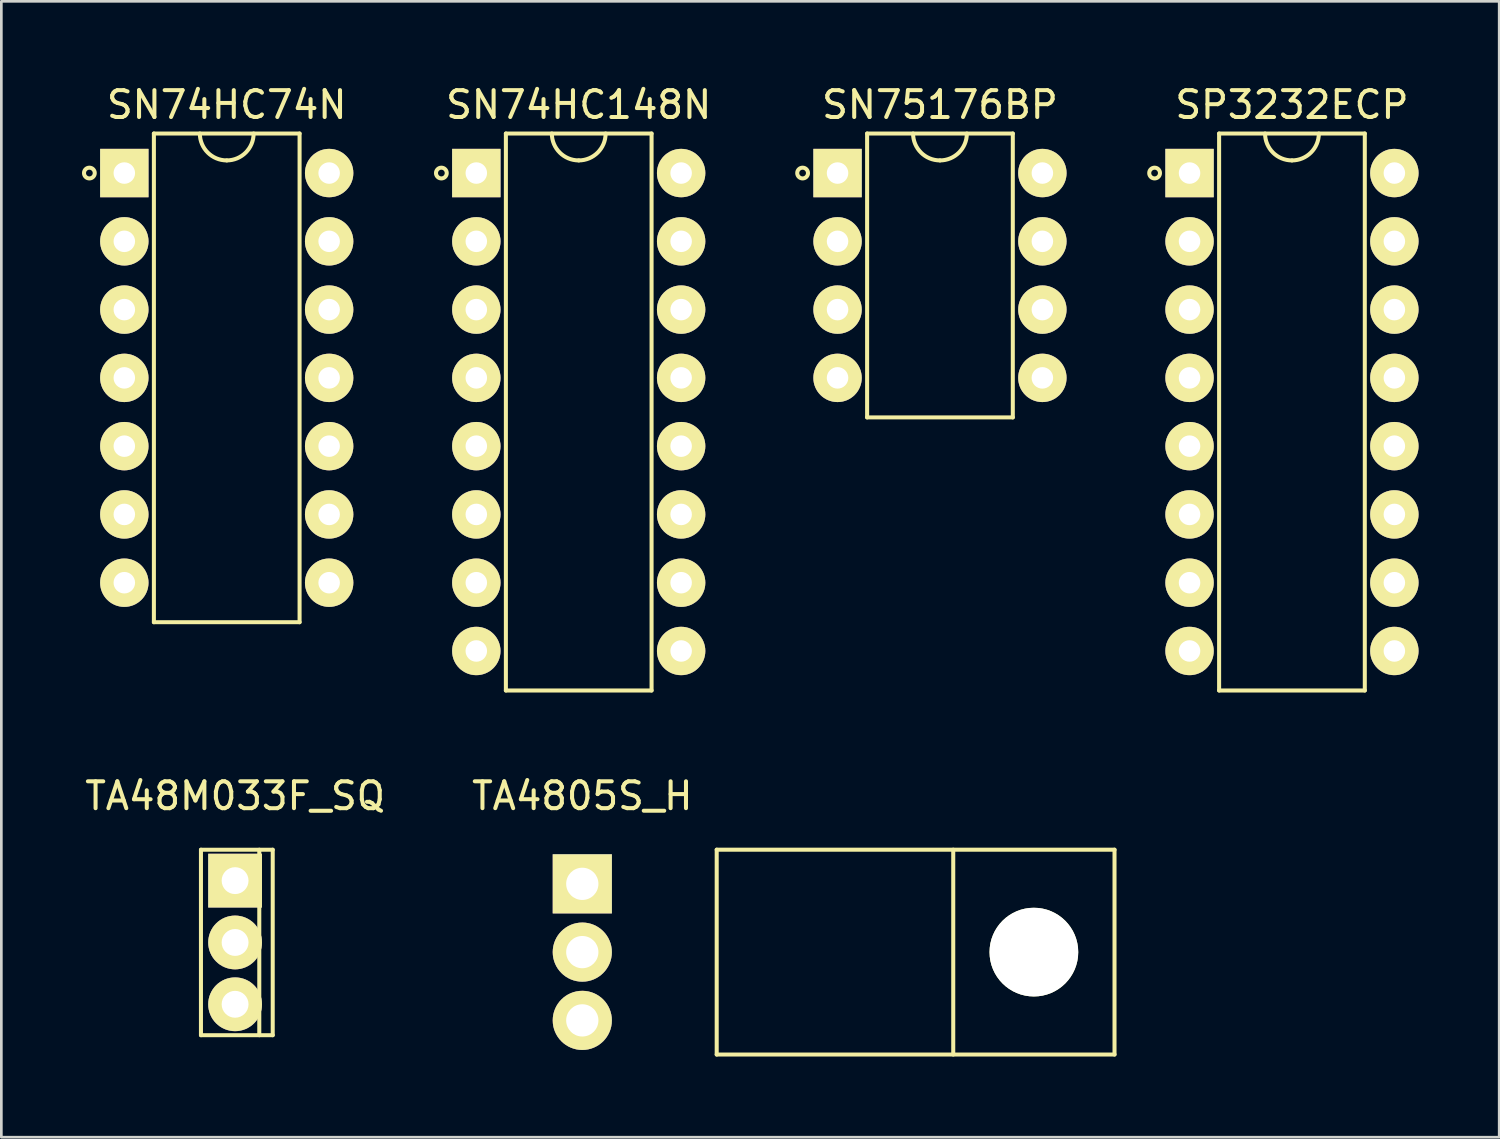
<source format=kicad_pcb>
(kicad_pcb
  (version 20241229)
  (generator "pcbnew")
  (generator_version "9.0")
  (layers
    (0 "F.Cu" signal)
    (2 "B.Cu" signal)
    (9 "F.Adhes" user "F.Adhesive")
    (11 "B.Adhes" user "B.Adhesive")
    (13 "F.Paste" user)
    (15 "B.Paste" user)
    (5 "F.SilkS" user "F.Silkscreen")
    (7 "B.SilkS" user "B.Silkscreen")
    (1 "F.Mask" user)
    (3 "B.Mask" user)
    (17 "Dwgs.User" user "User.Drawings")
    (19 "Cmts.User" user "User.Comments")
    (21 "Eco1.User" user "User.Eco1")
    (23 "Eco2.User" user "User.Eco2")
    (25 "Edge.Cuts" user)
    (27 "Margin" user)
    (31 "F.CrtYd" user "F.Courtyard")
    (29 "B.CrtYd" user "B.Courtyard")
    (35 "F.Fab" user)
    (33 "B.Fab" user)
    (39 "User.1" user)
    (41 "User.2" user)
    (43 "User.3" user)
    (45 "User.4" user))
  (footprint "TA48M033F_SQ"
    (layer "F.Cu")
    (at 5.696 29.712)
    (property "Reference" "TA48M033F_SQ" (at 0 -3.15 0) (layer "F.SilkS") (effects (font (size 1 1) (thickness 0.15))))
    (attr through_hole)
    (fp_line (start -1.27 -1.15) (end -1.27 5.75) (stroke (width 0.15) (type solid)) (layer "F.SilkS"))
    (fp_line (start -1.27 -1.15) (end 1.4 -1.15) (stroke (width 0.15) (type solid)) (layer "F.SilkS"))
    (fp_line (start -1.27 5.75) (end 1.4 5.75) (stroke (width 0.15) (type solid)) (layer "F.SilkS"))
    (fp_line (start 0.9 -1.15) (end 0.9 5.75) (stroke (width 0.15) (type solid)) (layer "F.SilkS"))
    (fp_line (start 1.4 -1.15) (end 1.4 5.75) (stroke (width 0.15) (type solid)) (layer "F.SilkS"))
    (pad "1" thru_hole rect (at 0 0) (size 2 2) (drill 1) (layers "*.Cu" "*.Mask" "F.SilkS"))
    (pad "2" thru_hole circle (at 0 2.3) (size 2 2) (drill 1) (layers "*.Cu" "*.Mask" "F.SilkS"))
    (pad "3" thru_hole circle (at 0 4.6) (size 2 2) (drill 1) (layers "*.Cu" "*.Mask" "F.SilkS")))
  (footprint "TA4805S_H"
    (layer "F.Cu")
    (at 18.613 29.831)
    (property "Reference" "TA4805S_H" (at 0 -3.27 0) (layer "F.SilkS") (effects (font (size 1 1) (thickness 0.15))))
    (attr through_hole)
    (fp_line (start 5 -1.27) (end 5 6.35) (stroke (width 0.15) (type solid)) (layer "F.SilkS"))
    (fp_line (start 5 -1.27) (end 19.8 -1.27) (stroke (width 0.15) (type solid)) (layer "F.SilkS"))
    (fp_line (start 5 6.35) (end 19.8 6.35) (stroke (width 0.15) (type solid)) (layer "F.SilkS"))
    (fp_line (start 13.8 -1.27) (end 13.8 6.35) (stroke (width 0.15) (type solid)) (layer "F.SilkS"))
    (fp_line (start 19.8 -1.27) (end 19.8 6.35) (stroke (width 0.15) (type solid)) (layer "F.SilkS"))
    (pad "" np_thru_hole circle (at 16.8 2.54) (size 3.3 3.3) (drill 3.3) (layers "*.Cu" "*.Mask" "F.SilkS"))
    (pad "1" thru_hole rect (at 0 0) (size 2.2 2.2) (drill 1.2) (layers "*.Cu" "*.Mask" "F.SilkS"))
    (pad "2" thru_hole circle (at 0 2.54) (size 2.2 2.2) (drill 1.2) (layers "*.Cu" "*.Mask" "F.SilkS"))
    (pad "3" thru_hole circle (at 0 5.08) (size 2.2 2.2) (drill 1.2) (layers "*.Cu" "*.Mask" "F.SilkS")))
  (footprint "SN74HC74N"
    (layer "F.Cu")
    (at 1.575 3.388)
    (property "Reference" "SN74HC74N" (at 3.81 -2.54 0) (layer "F.SilkS") (effects (font (size 1 1) (thickness 0.15))))
    (attr through_hole)
    (fp_line (start 1.1 -1.47) (end 6.52 -1.47) (stroke (width 0.15) (type solid)) (layer "F.SilkS"))
    (fp_line (start 1.1 16.71) (end 1.1 -1.47) (stroke (width 0.15) (type solid)) (layer "F.SilkS"))
    (fp_line (start 6.52 -1.47) (end 6.52 16.71) (stroke (width 0.15) (type solid)) (layer "F.SilkS"))
    (fp_line (start 6.52 16.71) (end 1.1 16.71) (stroke (width 0.15) (type solid)) (layer "F.SilkS"))
    (fp_arc (start 3.81 -0.47) (mid 3.102893 -0.762893) (end 2.81 -1.47) (stroke (width 0.15) (type solid)) (layer "F.SilkS"))
    (fp_arc (start 4.81 -1.47) (mid 4.517107 -0.762893) (end 3.81 -0.47) (stroke (width 0.15) (type solid)) (layer "F.SilkS"))
    (fp_circle (center -1.3 0) (end -1.3 0.2) (stroke (width 0.15) (type solid)) (fill no) (layer "F.SilkS"))
    (pad "1" thru_hole rect (at 0 0) (size 1.8 1.8) (drill 0.8) (layers "*.Cu" "*.Mask" "F.SilkS"))
    (pad "2" thru_hole circle (at 0 2.54) (size 1.8 1.8) (drill 0.8) (layers "*.Cu" "*.Mask" "F.SilkS"))
    (pad "3" thru_hole circle (at 0 5.08) (size 1.8 1.8) (drill 0.8) (layers "*.Cu" "*.Mask" "F.SilkS"))
    (pad "4" thru_hole circle (at 0 7.62) (size 1.8 1.8) (drill 0.8) (layers "*.Cu" "*.Mask" "F.SilkS"))
    (pad "5" thru_hole circle (at 0 10.16) (size 1.8 1.8) (drill 0.8) (layers "*.Cu" "*.Mask" "F.SilkS"))
    (pad "6" thru_hole circle (at 0 12.7) (size 1.8 1.8) (drill 0.8) (layers "*.Cu" "*.Mask" "F.SilkS"))
    (pad "7" thru_hole circle (at 0 15.24) (size 1.8 1.8) (drill 0.8) (layers "*.Cu" "*.Mask" "F.SilkS"))
    (pad "8" thru_hole circle (at 7.62 15.24) (size 1.8 1.8) (drill 0.8) (layers "*.Cu" "*.Mask" "F.SilkS"))
    (pad "9" thru_hole circle (at 7.62 12.7) (size 1.8 1.8) (drill 0.8) (layers "*.Cu" "*.Mask" "F.SilkS"))
    (pad "10" thru_hole circle (at 7.62 10.16) (size 1.8 1.8) (drill 0.8) (layers "*.Cu" "*.Mask" "F.SilkS"))
    (pad "11" thru_hole circle (at 7.62 7.62) (size 1.8 1.8) (drill 0.8) (layers "*.Cu" "*.Mask" "F.SilkS"))
    (pad "12" thru_hole circle (at 7.62 5.08) (size 1.8 1.8) (drill 0.8) (layers "*.Cu" "*.Mask" "F.SilkS"))
    (pad "13" thru_hole circle (at 7.62 2.54) (size 1.8 1.8) (drill 0.8) (layers "*.Cu" "*.Mask" "F.SilkS"))
    (pad "14" thru_hole circle (at 7.62 0) (size 1.8 1.8) (drill 0.8) (layers "*.Cu" "*.Mask" "F.SilkS")))
  (footprint "SP3232ECP"
    (layer "F.Cu")
    (at 41.204 3.388)
    (property "Reference" "SP3232ECP" (at 3.81 -2.54 0) (layer "F.SilkS") (effects (font (size 1 1) (thickness 0.15))))
    (attr through_hole)
    (fp_line (start 1.1 -1.47) (end 6.52 -1.47) (stroke (width 0.15) (type solid)) (layer "F.SilkS"))
    (fp_line (start 1.1 19.25) (end 1.1 -1.47) (stroke (width 0.15) (type solid)) (layer "F.SilkS"))
    (fp_line (start 6.52 -1.47) (end 6.52 19.25) (stroke (width 0.15) (type solid)) (layer "F.SilkS"))
    (fp_line (start 6.52 19.25) (end 1.1 19.25) (stroke (width 0.15) (type solid)) (layer "F.SilkS"))
    (fp_arc (start 3.81 -0.47) (mid 3.102893 -0.762893) (end 2.81 -1.47) (stroke (width 0.15) (type solid)) (layer "F.SilkS"))
    (fp_arc (start 4.81 -1.47) (mid 4.517107 -0.762893) (end 3.81 -0.47) (stroke (width 0.15) (type solid)) (layer "F.SilkS"))
    (fp_circle (center -1.3 0) (end -1.3 0.2) (stroke (width 0.15) (type solid)) (fill no) (layer "F.SilkS"))
    (pad "1" thru_hole rect (at 0 0) (size 1.8 1.8) (drill 0.8) (layers "*.Cu" "*.Mask" "F.SilkS"))
    (pad "2" thru_hole circle (at 0 2.54) (size 1.8 1.8) (drill 0.8) (layers "*.Cu" "*.Mask" "F.SilkS"))
    (pad "3" thru_hole circle (at 0 5.08) (size 1.8 1.8) (drill 0.8) (layers "*.Cu" "*.Mask" "F.SilkS"))
    (pad "4" thru_hole circle (at 0 7.62) (size 1.8 1.8) (drill 0.8) (layers "*.Cu" "*.Mask" "F.SilkS"))
    (pad "5" thru_hole circle (at 0 10.16) (size 1.8 1.8) (drill 0.8) (layers "*.Cu" "*.Mask" "F.SilkS"))
    (pad "6" thru_hole circle (at 0 12.7) (size 1.8 1.8) (drill 0.8) (layers "*.Cu" "*.Mask" "F.SilkS"))
    (pad "7" thru_hole circle (at 0 15.24) (size 1.8 1.8) (drill 0.8) (layers "*.Cu" "*.Mask" "F.SilkS"))
    (pad "8" thru_hole circle (at 0 17.78) (size 1.8 1.8) (drill 0.8) (layers "*.Cu" "*.Mask" "F.SilkS"))
    (pad "9" thru_hole circle (at 7.62 17.78) (size 1.8 1.8) (drill 0.8) (layers "*.Cu" "*.Mask" "F.SilkS"))
    (pad "10" thru_hole circle (at 7.62 15.24) (size 1.8 1.8) (drill 0.8) (layers "*.Cu" "*.Mask" "F.SilkS"))
    (pad "11" thru_hole circle (at 7.62 12.7) (size 1.8 1.8) (drill 0.8) (layers "*.Cu" "*.Mask" "F.SilkS"))
    (pad "12" thru_hole circle (at 7.62 10.16) (size 1.8 1.8) (drill 0.8) (layers "*.Cu" "*.Mask" "F.SilkS"))
    (pad "13" thru_hole circle (at 7.62 7.62) (size 1.8 1.8) (drill 0.8) (layers "*.Cu" "*.Mask" "F.SilkS"))
    (pad "14" thru_hole circle (at 7.62 5.08) (size 1.8 1.8) (drill 0.8) (layers "*.Cu" "*.Mask" "F.SilkS"))
    (pad "15" thru_hole circle (at 7.62 2.54) (size 1.8 1.8) (drill 0.8) (layers "*.Cu" "*.Mask" "F.SilkS"))
    (pad "16" thru_hole circle (at 7.62 0) (size 1.8 1.8) (drill 0.8) (layers "*.Cu" "*.Mask" "F.SilkS")))
  (footprint "SN75176BP"
    (layer "F.Cu")
    (at 28.109 3.388)
    (property "Reference" "SN75176BP" (at 3.81 -2.54 0) (layer "F.SilkS") (effects (font (size 1 1) (thickness 0.15))))
    (attr through_hole)
    (fp_line (start 1.1 -1.47) (end 6.52 -1.47) (stroke (width 0.15) (type solid)) (layer "F.SilkS"))
    (fp_line (start 1.1 9.09) (end 1.1 -1.47) (stroke (width 0.15) (type solid)) (layer "F.SilkS"))
    (fp_line (start 6.52 -1.47) (end 6.52 9.09) (stroke (width 0.15) (type solid)) (layer "F.SilkS"))
    (fp_line (start 6.52 9.09) (end 1.1 9.09) (stroke (width 0.15) (type solid)) (layer "F.SilkS"))
    (fp_arc (start 3.81 -0.47) (mid 3.102893 -0.762893) (end 2.81 -1.47) (stroke (width 0.15) (type solid)) (layer "F.SilkS"))
    (fp_arc (start 4.81 -1.47) (mid 4.517107 -0.762893) (end 3.81 -0.47) (stroke (width 0.15) (type solid)) (layer "F.SilkS"))
    (fp_circle (center -1.3 0) (end -1.3 0.2) (stroke (width 0.15) (type solid)) (fill no) (layer "F.SilkS"))
    (pad "1" thru_hole rect (at 0 0) (size 1.8 1.8) (drill 0.8) (layers "*.Cu" "*.Mask" "F.SilkS"))
    (pad "2" thru_hole circle (at 0 2.54) (size 1.8 1.8) (drill 0.8) (layers "*.Cu" "*.Mask" "F.SilkS"))
    (pad "3" thru_hole circle (at 0 5.08) (size 1.8 1.8) (drill 0.8) (layers "*.Cu" "*.Mask" "F.SilkS"))
    (pad "4" thru_hole circle (at 0 7.62) (size 1.8 1.8) (drill 0.8) (layers "*.Cu" "*.Mask" "F.SilkS"))
    (pad "5" thru_hole circle (at 7.62 7.62) (size 1.8 1.8) (drill 0.8) (layers "*.Cu" "*.Mask" "F.SilkS"))
    (pad "6" thru_hole circle (at 7.62 5.08) (size 1.8 1.8) (drill 0.8) (layers "*.Cu" "*.Mask" "F.SilkS"))
    (pad "7" thru_hole circle (at 7.62 2.54) (size 1.8 1.8) (drill 0.8) (layers "*.Cu" "*.Mask" "F.SilkS"))
    (pad "8" thru_hole circle (at 7.62 0) (size 1.8 1.8) (drill 0.8) (layers "*.Cu" "*.Mask" "F.SilkS")))
  (footprint "SN74HC148N"
    (layer "F.Cu")
    (at 14.67 3.388)
    (property "Reference" "SN74HC148N" (at 3.81 -2.54 0) (layer "F.SilkS") (effects (font (size 1 1) (thickness 0.15))))
    (attr through_hole)
    (fp_line (start 1.1 -1.47) (end 6.52 -1.47) (stroke (width 0.15) (type solid)) (layer "F.SilkS"))
    (fp_line (start 1.1 19.25) (end 1.1 -1.47) (stroke (width 0.15) (type solid)) (layer "F.SilkS"))
    (fp_line (start 6.52 -1.47) (end 6.52 19.25) (stroke (width 0.15) (type solid)) (layer "F.SilkS"))
    (fp_line (start 6.52 19.25) (end 1.1 19.25) (stroke (width 0.15) (type solid)) (layer "F.SilkS"))
    (fp_arc (start 3.81 -0.47) (mid 3.102893 -0.762893) (end 2.81 -1.47) (stroke (width 0.15) (type solid)) (layer "F.SilkS"))
    (fp_arc (start 4.81 -1.47) (mid 4.517107 -0.762893) (end 3.81 -0.47) (stroke (width 0.15) (type solid)) (layer "F.SilkS"))
    (fp_circle (center -1.3 0) (end -1.3 0.2) (stroke (width 0.15) (type solid)) (fill no) (layer "F.SilkS"))
    (pad "1" thru_hole rect (at 0 0) (size 1.8 1.8) (drill 0.8) (layers "*.Cu" "*.Mask" "F.SilkS"))
    (pad "2" thru_hole circle (at 0 2.54) (size 1.8 1.8) (drill 0.8) (layers "*.Cu" "*.Mask" "F.SilkS"))
    (pad "3" thru_hole circle (at 0 5.08) (size 1.8 1.8) (drill 0.8) (layers "*.Cu" "*.Mask" "F.SilkS"))
    (pad "4" thru_hole circle (at 0 7.62) (size 1.8 1.8) (drill 0.8) (layers "*.Cu" "*.Mask" "F.SilkS"))
    (pad "5" thru_hole circle (at 0 10.16) (size 1.8 1.8) (drill 0.8) (layers "*.Cu" "*.Mask" "F.SilkS"))
    (pad "6" thru_hole circle (at 0 12.7) (size 1.8 1.8) (drill 0.8) (layers "*.Cu" "*.Mask" "F.SilkS"))
    (pad "7" thru_hole circle (at 0 15.24) (size 1.8 1.8) (drill 0.8) (layers "*.Cu" "*.Mask" "F.SilkS"))
    (pad "8" thru_hole circle (at 0 17.78) (size 1.8 1.8) (drill 0.8) (layers "*.Cu" "*.Mask" "F.SilkS"))
    (pad "9" thru_hole circle (at 7.62 17.78) (size 1.8 1.8) (drill 0.8) (layers "*.Cu" "*.Mask" "F.SilkS"))
    (pad "10" thru_hole circle (at 7.62 15.24) (size 1.8 1.8) (drill 0.8) (layers "*.Cu" "*.Mask" "F.SilkS"))
    (pad "11" thru_hole circle (at 7.62 12.7) (size 1.8 1.8) (drill 0.8) (layers "*.Cu" "*.Mask" "F.SilkS"))
    (pad "12" thru_hole circle (at 7.62 10.16) (size 1.8 1.8) (drill 0.8) (layers "*.Cu" "*.Mask" "F.SilkS"))
    (pad "13" thru_hole circle (at 7.62 7.62) (size 1.8 1.8) (drill 0.8) (layers "*.Cu" "*.Mask" "F.SilkS"))
    (pad "14" thru_hole circle (at 7.62 5.08) (size 1.8 1.8) (drill 0.8) (layers "*.Cu" "*.Mask" "F.SilkS"))
    (pad "15" thru_hole circle (at 7.62 2.54) (size 1.8 1.8) (drill 0.8) (layers "*.Cu" "*.Mask" "F.SilkS"))
    (pad "16" thru_hole circle (at 7.62 0) (size 1.8 1.8) (drill 0.8) (layers "*.Cu" "*.Mask" "F.SilkS")))
  (gr_rect
    (start -3 -3)
    (end 52.724 39.257)
    (stroke (width 0.1) (type default))
    (fill no)
    (layer "Edge.Cuts")))
</source>
